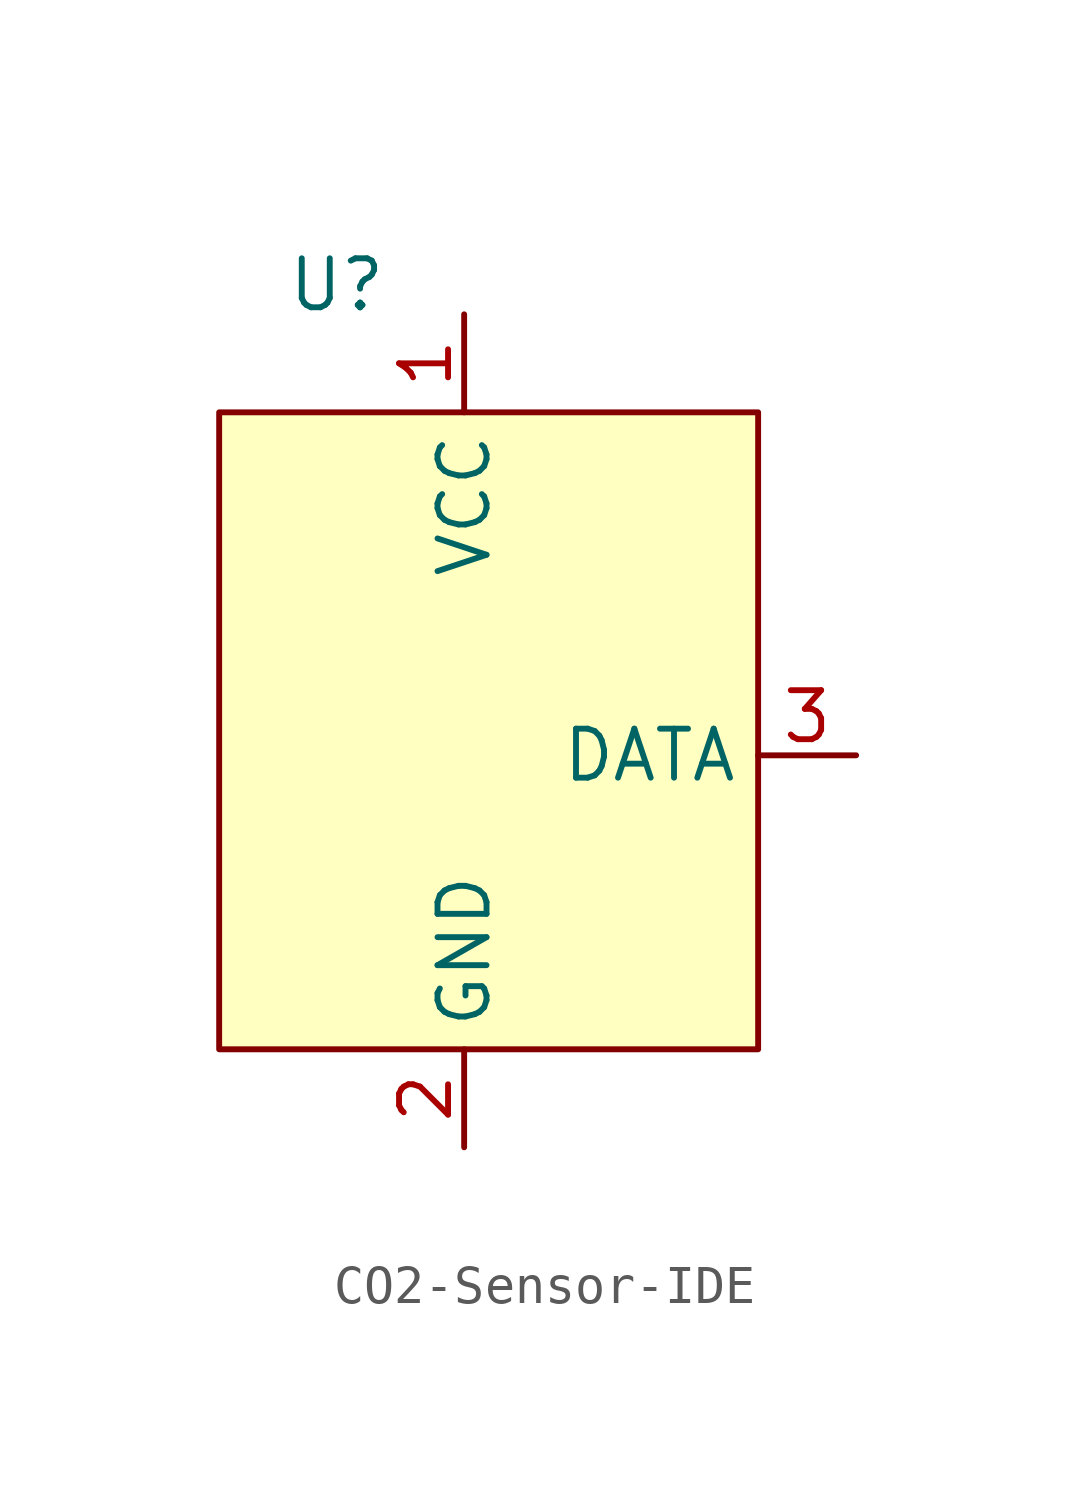
<source format=kicad_sym>
(kicad_symbol_lib
  (version 20231120)
  (generator "kicad_symbol_editor")
  (generator_version "8.0")
  (symbol "CO2-Sensor-IDE"
    (property "Reference" "U"
      (at -3.302 12.192 0)
      (effects (font (size 1.27 1.27))))
    (property "Value" ""
      (at 1.27 6.35 0)
      (effects (font (size 1.27 1.27))))
    (symbol "CO2-Sensor-IDE_1_1"
      (rectangle (start -6.35 8.89) (end 7.62 -7.62) (stroke (width 0) (type default)) (fill (type background)))
      (pin power_in line (at 0 11.43 270) (length 2.54) (name "VCC" (effects (font (size 1.27 1.27)))) (number "1" (effects (font (size 1.27 1.27)))))
      (pin power_out line (at 0 -10.16 90) (length 2.54) (name "GND" (effects (font (size 1.27 1.27)))) (number "2" (effects (font (size 1.27 1.27)))))
      (pin output line (at 10.16 0 180) (length 2.54) (name "DATA" (effects (font (size 1.27 1.27)))) (number "3" (effects (font (size 1.27 1.27))))))))
</source>
